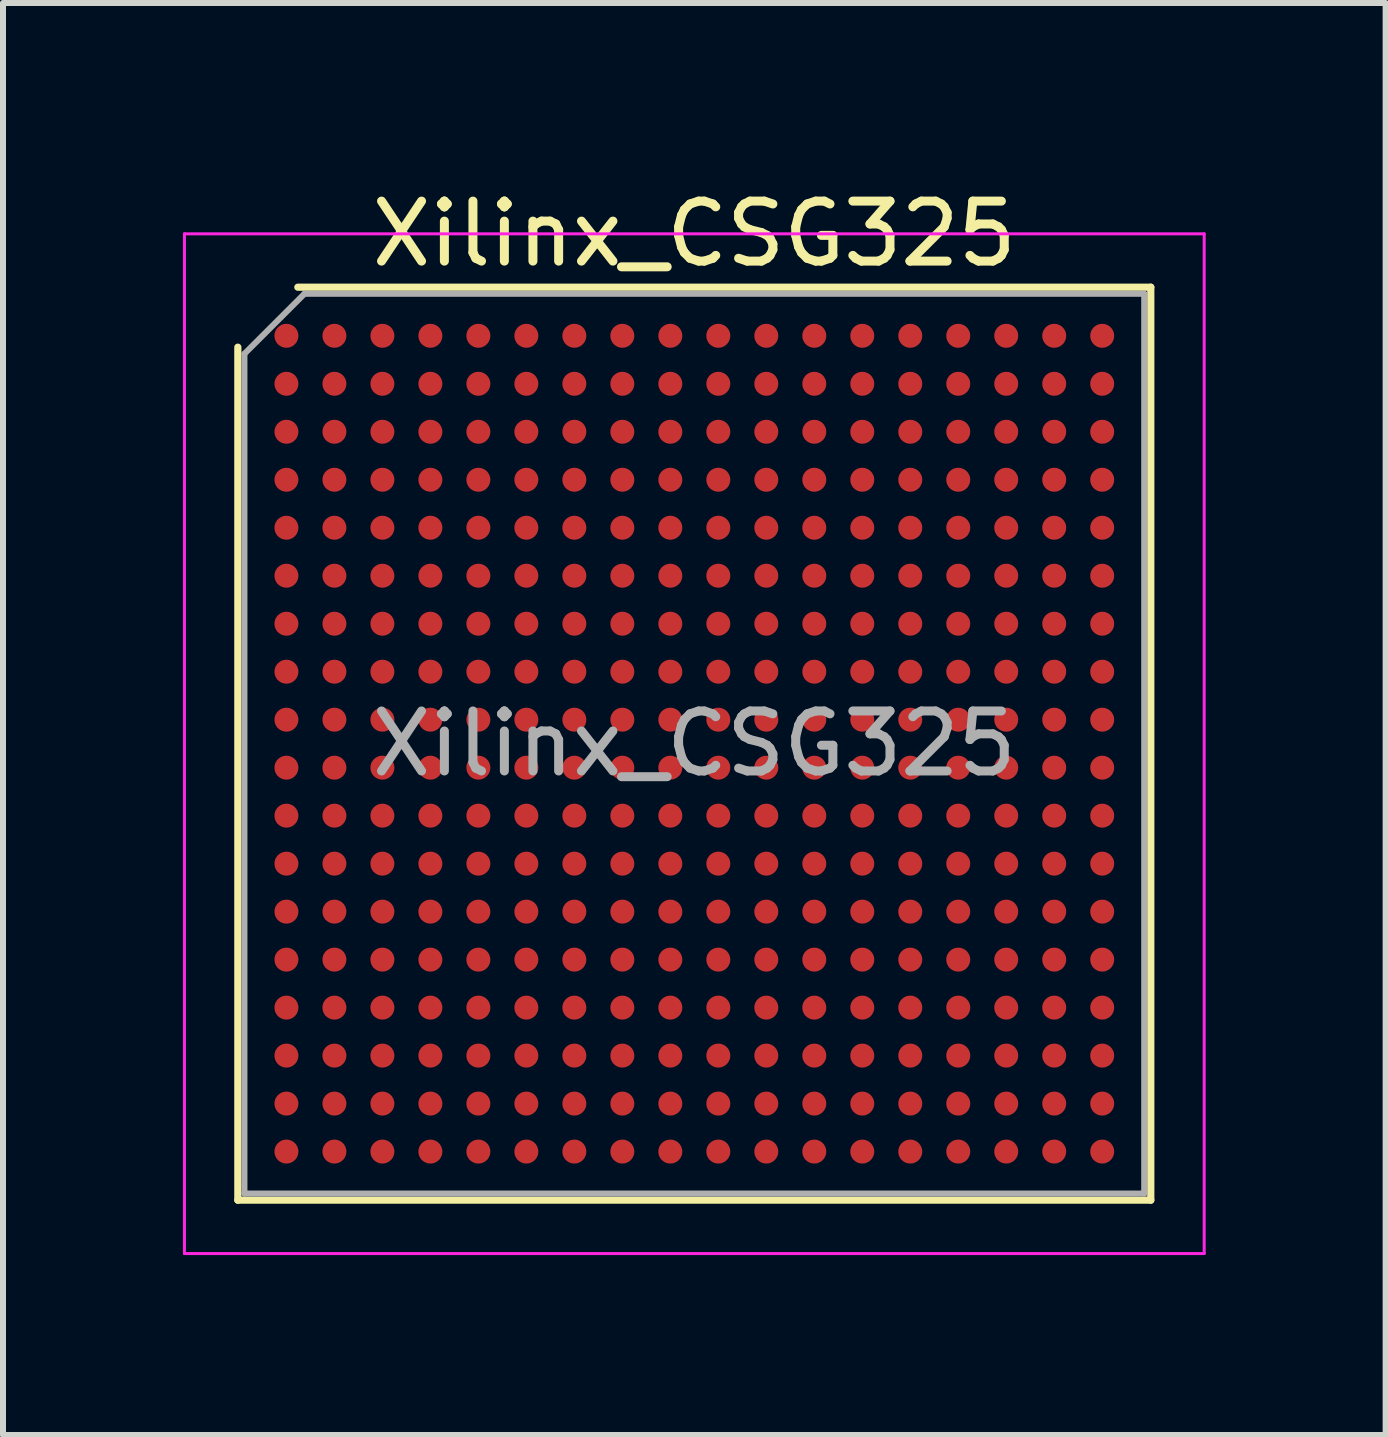
<source format=kicad_pcb>
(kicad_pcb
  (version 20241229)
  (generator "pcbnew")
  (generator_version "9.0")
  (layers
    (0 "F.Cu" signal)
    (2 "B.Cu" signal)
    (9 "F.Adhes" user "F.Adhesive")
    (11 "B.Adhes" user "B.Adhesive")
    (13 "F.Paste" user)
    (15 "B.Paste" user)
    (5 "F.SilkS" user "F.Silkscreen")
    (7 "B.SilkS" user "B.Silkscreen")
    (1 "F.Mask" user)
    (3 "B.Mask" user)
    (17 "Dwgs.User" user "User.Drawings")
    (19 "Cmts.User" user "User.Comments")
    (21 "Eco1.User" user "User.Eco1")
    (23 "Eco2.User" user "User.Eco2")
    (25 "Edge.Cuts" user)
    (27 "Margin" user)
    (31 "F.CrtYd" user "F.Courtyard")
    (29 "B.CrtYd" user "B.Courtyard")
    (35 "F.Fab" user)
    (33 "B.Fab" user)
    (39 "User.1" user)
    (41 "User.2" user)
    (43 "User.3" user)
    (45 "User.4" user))
  (footprint "Xilinx_CSG325"
    (layer "F.Cu")
    (at 8.525 9.348)
    (property "Reference" "Xilinx_CSG325" (at 0 -8.5 0) (layer "F.SilkS") (effects (font (size 1 1) (thickness 0.15))))
    (attr smd)
    (fp_line (start -7.61 7.61) (end -7.61 -6.61) (stroke (width 0.12) (type solid)) (layer "F.SilkS"))
    (fp_line (start -6.61 -7.61) (end 7.61 -7.61) (stroke (width 0.12) (type solid)) (layer "F.SilkS"))
    (fp_line (start 7.61 -7.61) (end 7.61 7.61) (stroke (width 0.12) (type solid)) (layer "F.SilkS"))
    (fp_line (start 7.61 7.61) (end -7.61 7.61) (stroke (width 0.12) (type solid)) (layer "F.SilkS"))
    (fp_line (start -8.5 -8.5) (end -8.5 8.5) (stroke (width 0.05) (type solid)) (layer "F.CrtYd"))
    (fp_line (start -8.5 8.5) (end 8.5 8.5) (stroke (width 0.05) (type solid)) (layer "F.CrtYd"))
    (fp_line (start 8.5 -8.5) (end -8.5 -8.5) (stroke (width 0.05) (type solid)) (layer "F.CrtYd"))
    (fp_line (start 8.5 8.5) (end 8.5 -8.5) (stroke (width 0.05) (type solid)) (layer "F.CrtYd"))
    (fp_line (start -7.5 -6.5) (end -6.5 -7.5) (stroke (width 0.1) (type solid)) (layer "F.Fab"))
    (fp_line (start -7.5 7.5) (end -7.5 -6.5) (stroke (width 0.1) (type solid)) (layer "F.Fab"))
    (fp_line (start -6.5 -7.5) (end 7.5 -7.5) (stroke (width 0.1) (type solid)) (layer "F.Fab"))
    (fp_line (start 7.5 -7.5) (end 7.5 7.5) (stroke (width 0.1) (type solid)) (layer "F.Fab"))
    (fp_line (start 7.5 7.5) (end -7.5 7.5) (stroke (width 0.1) (type solid)) (layer "F.Fab"))
    (fp_text user "${REFERENCE}" (at 0 0 0) (layer "F.Fab") (effects (font (size 1 1) (thickness 0.15))))
    (pad "A1" smd circle (at -6.8 -6.8) (size 0.4 0.4) (layers "F.Cu" "F.Mask" "F.Paste"))
    (pad "A2" smd circle (at -6 -6.8) (size 0.4 0.4) (layers "F.Cu" "F.Mask" "F.Paste"))
    (pad "A3" smd circle (at -5.2 -6.8) (size 0.4 0.4) (layers "F.Cu" "F.Mask" "F.Paste"))
    (pad "A4" smd circle (at -4.4 -6.8) (size 0.4 0.4) (layers "F.Cu" "F.Mask" "F.Paste"))
    (pad "A5" smd circle (at -3.6 -6.8) (size 0.4 0.4) (layers "F.Cu" "F.Mask" "F.Paste"))
    (pad "A6" smd circle (at -2.8 -6.8) (size 0.4 0.4) (layers "F.Cu" "F.Mask" "F.Paste"))
    (pad "A7" smd circle (at -2 -6.8) (size 0.4 0.4) (layers "F.Cu" "F.Mask" "F.Paste"))
    (pad "A8" smd circle (at -1.2 -6.8) (size 0.4 0.4) (layers "F.Cu" "F.Mask" "F.Paste"))
    (pad "A9" smd circle (at -0.4 -6.8) (size 0.4 0.4) (layers "F.Cu" "F.Mask" "F.Paste"))
    (pad "A10" smd circle (at 0.4 -6.8) (size 0.4 0.4) (layers "F.Cu" "F.Mask" "F.Paste"))
    (pad "A11" smd circle (at 1.2 -6.8) (size 0.4 0.4) (layers "F.Cu" "F.Mask" "F.Paste"))
    (pad "A12" smd circle (at 2 -6.8) (size 0.4 0.4) (layers "F.Cu" "F.Mask" "F.Paste"))
    (pad "A13" smd circle (at 2.8 -6.8) (size 0.4 0.4) (layers "F.Cu" "F.Mask" "F.Paste"))
    (pad "A14" smd circle (at 3.6 -6.8) (size 0.4 0.4) (layers "F.Cu" "F.Mask" "F.Paste"))
    (pad "A15" smd circle (at 4.4 -6.8) (size 0.4 0.4) (layers "F.Cu" "F.Mask" "F.Paste"))
    (pad "A16" smd circle (at 5.2 -6.8) (size 0.4 0.4) (layers "F.Cu" "F.Mask" "F.Paste"))
    (pad "A17" smd circle (at 6 -6.8) (size 0.4 0.4) (layers "F.Cu" "F.Mask" "F.Paste"))
    (pad "A18" smd circle (at 6.8 -6.8) (size 0.4 0.4) (layers "F.Cu" "F.Mask" "F.Paste"))
    (pad "B1" smd circle (at -6.8 -6) (size 0.4 0.4) (layers "F.Cu" "F.Mask" "F.Paste"))
    (pad "B2" smd circle (at -6 -6) (size 0.4 0.4) (layers "F.Cu" "F.Mask" "F.Paste"))
    (pad "B3" smd circle (at -5.2 -6) (size 0.4 0.4) (layers "F.Cu" "F.Mask" "F.Paste"))
    (pad "B4" smd circle (at -4.4 -6) (size 0.4 0.4) (layers "F.Cu" "F.Mask" "F.Paste"))
    (pad "B5" smd circle (at -3.6 -6) (size 0.4 0.4) (layers "F.Cu" "F.Mask" "F.Paste"))
    (pad "B6" smd circle (at -2.8 -6) (size 0.4 0.4) (layers "F.Cu" "F.Mask" "F.Paste"))
    (pad "B7" smd circle (at -2 -6) (size 0.4 0.4) (layers "F.Cu" "F.Mask" "F.Paste"))
    (pad "B8" smd circle (at -1.2 -6) (size 0.4 0.4) (layers "F.Cu" "F.Mask" "F.Paste"))
    (pad "B9" smd circle (at -0.4 -6) (size 0.4 0.4) (layers "F.Cu" "F.Mask" "F.Paste"))
    (pad "B10" smd circle (at 0.4 -6) (size 0.4 0.4) (layers "F.Cu" "F.Mask" "F.Paste"))
    (pad "B11" smd circle (at 1.2 -6) (size 0.4 0.4) (layers "F.Cu" "F.Mask" "F.Paste"))
    (pad "B12" smd circle (at 2 -6) (size 0.4 0.4) (layers "F.Cu" "F.Mask" "F.Paste"))
    (pad "B13" smd circle (at 2.8 -6) (size 0.4 0.4) (layers "F.Cu" "F.Mask" "F.Paste"))
    (pad "B14" smd circle (at 3.6 -6) (size 0.4 0.4) (layers "F.Cu" "F.Mask" "F.Paste"))
    (pad "B15" smd circle (at 4.4 -6) (size 0.4 0.4) (layers "F.Cu" "F.Mask" "F.Paste"))
    (pad "B16" smd circle (at 5.2 -6) (size 0.4 0.4) (layers "F.Cu" "F.Mask" "F.Paste"))
    (pad "B17" smd circle (at 6 -6) (size 0.4 0.4) (layers "F.Cu" "F.Mask" "F.Paste"))
    (pad "B18" smd circle (at 6.8 -6) (size 0.4 0.4) (layers "F.Cu" "F.Mask" "F.Paste"))
    (pad "C1" smd circle (at -6.8 -5.2) (size 0.4 0.4) (layers "F.Cu" "F.Mask" "F.Paste"))
    (pad "C2" smd circle (at -6 -5.2) (size 0.4 0.4) (layers "F.Cu" "F.Mask" "F.Paste"))
    (pad "C3" smd circle (at -5.2 -5.2) (size 0.4 0.4) (layers "F.Cu" "F.Mask" "F.Paste"))
    (pad "C4" smd circle (at -4.4 -5.2) (size 0.4 0.4) (layers "F.Cu" "F.Mask" "F.Paste"))
    (pad "C5" smd circle (at -3.6 -5.2) (size 0.4 0.4) (layers "F.Cu" "F.Mask" "F.Paste"))
    (pad "C6" smd circle (at -2.8 -5.2) (size 0.4 0.4) (layers "F.Cu" "F.Mask" "F.Paste"))
    (pad "C7" smd circle (at -2 -5.2) (size 0.4 0.4) (layers "F.Cu" "F.Mask" "F.Paste"))
    (pad "C8" smd circle (at -1.2 -5.2) (size 0.4 0.4) (layers "F.Cu" "F.Mask" "F.Paste"))
    (pad "C9" smd circle (at -0.4 -5.2) (size 0.4 0.4) (layers "F.Cu" "F.Mask" "F.Paste"))
    (pad "C10" smd circle (at 0.4 -5.2) (size 0.4 0.4) (layers "F.Cu" "F.Mask" "F.Paste"))
    (pad "C11" smd circle (at 1.2 -5.2) (size 0.4 0.4) (layers "F.Cu" "F.Mask" "F.Paste"))
    (pad "C12" smd circle (at 2 -5.2) (size 0.4 0.4) (layers "F.Cu" "F.Mask" "F.Paste"))
    (pad "C13" smd circle (at 2.8 -5.2) (size 0.4 0.4) (layers "F.Cu" "F.Mask" "F.Paste"))
    (pad "C14" smd circle (at 3.6 -5.2) (size 0.4 0.4) (layers "F.Cu" "F.Mask" "F.Paste"))
    (pad "C15" smd circle (at 4.4 -5.2) (size 0.4 0.4) (layers "F.Cu" "F.Mask" "F.Paste"))
    (pad "C16" smd circle (at 5.2 -5.2) (size 0.4 0.4) (layers "F.Cu" "F.Mask" "F.Paste"))
    (pad "C17" smd circle (at 6 -5.2) (size 0.4 0.4) (layers "F.Cu" "F.Mask" "F.Paste"))
    (pad "C18" smd circle (at 6.8 -5.2) (size 0.4 0.4) (layers "F.Cu" "F.Mask" "F.Paste"))
    (pad "D1" smd circle (at -6.8 -4.4) (size 0.4 0.4) (layers "F.Cu" "F.Mask" "F.Paste"))
    (pad "D2" smd circle (at -6 -4.4) (size 0.4 0.4) (layers "F.Cu" "F.Mask" "F.Paste"))
    (pad "D3" smd circle (at -5.2 -4.4) (size 0.4 0.4) (layers "F.Cu" "F.Mask" "F.Paste"))
    (pad "D4" smd circle (at -4.4 -4.4) (size 0.4 0.4) (layers "F.Cu" "F.Mask" "F.Paste"))
    (pad "D5" smd circle (at -3.6 -4.4) (size 0.4 0.4) (layers "F.Cu" "F.Mask" "F.Paste"))
    (pad "D6" smd circle (at -2.8 -4.4) (size 0.4 0.4) (layers "F.Cu" "F.Mask" "F.Paste"))
    (pad "D7" smd circle (at -2 -4.4) (size 0.4 0.4) (layers "F.Cu" "F.Mask" "F.Paste"))
    (pad "D8" smd circle (at -1.2 -4.4) (size 0.4 0.4) (layers "F.Cu" "F.Mask" "F.Paste"))
    (pad "D9" smd circle (at -0.4 -4.4) (size 0.4 0.4) (layers "F.Cu" "F.Mask" "F.Paste"))
    (pad "D10" smd circle (at 0.4 -4.4) (size 0.4 0.4) (layers "F.Cu" "F.Mask" "F.Paste"))
    (pad "D11" smd circle (at 1.2 -4.4) (size 0.4 0.4) (layers "F.Cu" "F.Mask" "F.Paste"))
    (pad "D12" smd circle (at 2 -4.4) (size 0.4 0.4) (layers "F.Cu" "F.Mask" "F.Paste"))
    (pad "D13" smd circle (at 2.8 -4.4) (size 0.4 0.4) (layers "F.Cu" "F.Mask" "F.Paste"))
    (pad "D14" smd circle (at 3.6 -4.4) (size 0.4 0.4) (layers "F.Cu" "F.Mask" "F.Paste"))
    (pad "D15" smd circle (at 4.4 -4.4) (size 0.4 0.4) (layers "F.Cu" "F.Mask" "F.Paste"))
    (pad "D16" smd circle (at 5.2 -4.4) (size 0.4 0.4) (layers "F.Cu" "F.Mask" "F.Paste"))
    (pad "D17" smd circle (at 6 -4.4) (size 0.4 0.4) (layers "F.Cu" "F.Mask" "F.Paste"))
    (pad "D18" smd circle (at 6.8 -4.4) (size 0.4 0.4) (layers "F.Cu" "F.Mask" "F.Paste"))
    (pad "E1" smd circle (at -6.8 -3.6) (size 0.4 0.4) (layers "F.Cu" "F.Mask" "F.Paste"))
    (pad "E2" smd circle (at -6 -3.6) (size 0.4 0.4) (layers "F.Cu" "F.Mask" "F.Paste"))
    (pad "E3" smd circle (at -5.2 -3.6) (size 0.4 0.4) (layers "F.Cu" "F.Mask" "F.Paste"))
    (pad "E4" smd circle (at -4.4 -3.6) (size 0.4 0.4) (layers "F.Cu" "F.Mask" "F.Paste"))
    (pad "E5" smd circle (at -3.6 -3.6) (size 0.4 0.4) (layers "F.Cu" "F.Mask" "F.Paste"))
    (pad "E6" smd circle (at -2.8 -3.6) (size 0.4 0.4) (layers "F.Cu" "F.Mask" "F.Paste"))
    (pad "E7" smd circle (at -2 -3.6) (size 0.4 0.4) (layers "F.Cu" "F.Mask" "F.Paste"))
    (pad "E8" smd circle (at -1.2 -3.6) (size 0.4 0.4) (layers "F.Cu" "F.Mask" "F.Paste"))
    (pad "E9" smd circle (at -0.4 -3.6) (size 0.4 0.4) (layers "F.Cu" "F.Mask" "F.Paste"))
    (pad "E10" smd circle (at 0.4 -3.6) (size 0.4 0.4) (layers "F.Cu" "F.Mask" "F.Paste"))
    (pad "E11" smd circle (at 1.2 -3.6) (size 0.4 0.4) (layers "F.Cu" "F.Mask" "F.Paste"))
    (pad "E12" smd circle (at 2 -3.6) (size 0.4 0.4) (layers "F.Cu" "F.Mask" "F.Paste"))
    (pad "E13" smd circle (at 2.8 -3.6) (size 0.4 0.4) (layers "F.Cu" "F.Mask" "F.Paste"))
    (pad "E14" smd circle (at 3.6 -3.6) (size 0.4 0.4) (layers "F.Cu" "F.Mask" "F.Paste"))
    (pad "E15" smd circle (at 4.4 -3.6) (size 0.4 0.4) (layers "F.Cu" "F.Mask" "F.Paste"))
    (pad "E16" smd circle (at 5.2 -3.6) (size 0.4 0.4) (layers "F.Cu" "F.Mask" "F.Paste"))
    (pad "E17" smd circle (at 6 -3.6) (size 0.4 0.4) (layers "F.Cu" "F.Mask" "F.Paste"))
    (pad "E18" smd circle (at 6.8 -3.6) (size 0.4 0.4) (layers "F.Cu" "F.Mask" "F.Paste"))
    (pad "F1" smd circle (at -6.8 -2.8) (size 0.4 0.4) (layers "F.Cu" "F.Mask" "F.Paste"))
    (pad "F2" smd circle (at -6 -2.8) (size 0.4 0.4) (layers "F.Cu" "F.Mask" "F.Paste"))
    (pad "F3" smd circle (at -5.2 -2.8) (size 0.4 0.4) (layers "F.Cu" "F.Mask" "F.Paste"))
    (pad "F4" smd circle (at -4.4 -2.8) (size 0.4 0.4) (layers "F.Cu" "F.Mask" "F.Paste"))
    (pad "F5" smd circle (at -3.6 -2.8) (size 0.4 0.4) (layers "F.Cu" "F.Mask" "F.Paste"))
    (pad "F6" smd circle (at -2.8 -2.8) (size 0.4 0.4) (layers "F.Cu" "F.Mask" "F.Paste"))
    (pad "F7" smd circle (at -2 -2.8) (size 0.4 0.4) (layers "F.Cu" "F.Mask" "F.Paste"))
    (pad "F8" smd circle (at -1.2 -2.8) (size 0.4 0.4) (layers "F.Cu" "F.Mask" "F.Paste"))
    (pad "F9" smd circle (at -0.4 -2.8) (size 0.4 0.4) (layers "F.Cu" "F.Mask" "F.Paste"))
    (pad "F10" smd circle (at 0.4 -2.8) (size 0.4 0.4) (layers "F.Cu" "F.Mask" "F.Paste"))
    (pad "F11" smd circle (at 1.2 -2.8) (size 0.4 0.4) (layers "F.Cu" "F.Mask" "F.Paste"))
    (pad "F12" smd circle (at 2 -2.8) (size 0.4 0.4) (layers "F.Cu" "F.Mask" "F.Paste"))
    (pad "F13" smd circle (at 2.8 -2.8) (size 0.4 0.4) (layers "F.Cu" "F.Mask" "F.Paste"))
    (pad "F14" smd circle (at 3.6 -2.8) (size 0.4 0.4) (layers "F.Cu" "F.Mask" "F.Paste"))
    (pad "F15" smd circle (at 4.4 -2.8) (size 0.4 0.4) (layers "F.Cu" "F.Mask" "F.Paste"))
    (pad "F16" smd circle (at 5.2 -2.8) (size 0.4 0.4) (layers "F.Cu" "F.Mask" "F.Paste"))
    (pad "F17" smd circle (at 6 -2.8) (size 0.4 0.4) (layers "F.Cu" "F.Mask" "F.Paste"))
    (pad "F18" smd circle (at 6.8 -2.8) (size 0.4 0.4) (layers "F.Cu" "F.Mask" "F.Paste"))
    (pad "G1" smd circle (at -6.8 -2) (size 0.4 0.4) (layers "F.Cu" "F.Mask" "F.Paste"))
    (pad "G2" smd circle (at -6 -2) (size 0.4 0.4) (layers "F.Cu" "F.Mask" "F.Paste"))
    (pad "G3" smd circle (at -5.2 -2) (size 0.4 0.4) (layers "F.Cu" "F.Mask" "F.Paste"))
    (pad "G4" smd circle (at -4.4 -2) (size 0.4 0.4) (layers "F.Cu" "F.Mask" "F.Paste"))
    (pad "G5" smd circle (at -3.6 -2) (size 0.4 0.4) (layers "F.Cu" "F.Mask" "F.Paste"))
    (pad "G6" smd circle (at -2.8 -2) (size 0.4 0.4) (layers "F.Cu" "F.Mask" "F.Paste"))
    (pad "G7" smd circle (at -2 -2) (size 0.4 0.4) (layers "F.Cu" "F.Mask" "F.Paste"))
    (pad "G8" smd circle (at -1.2 -2) (size 0.4 0.4) (layers "F.Cu" "F.Mask" "F.Paste"))
    (pad "G9" smd circle (at -0.4 -2) (size 0.4 0.4) (layers "F.Cu" "F.Mask" "F.Paste"))
    (pad "G10" smd circle (at 0.4 -2) (size 0.4 0.4) (layers "F.Cu" "F.Mask" "F.Paste"))
    (pad "G11" smd circle (at 1.2 -2) (size 0.4 0.4) (layers "F.Cu" "F.Mask" "F.Paste"))
    (pad "G12" smd circle (at 2 -2) (size 0.4 0.4) (layers "F.Cu" "F.Mask" "F.Paste"))
    (pad "G13" smd circle (at 2.8 -2) (size 0.4 0.4) (layers "F.Cu" "F.Mask" "F.Paste"))
    (pad "G14" smd circle (at 3.6 -2) (size 0.4 0.4) (layers "F.Cu" "F.Mask" "F.Paste"))
    (pad "G15" smd circle (at 4.4 -2) (size 0.4 0.4) (layers "F.Cu" "F.Mask" "F.Paste"))
    (pad "G16" smd circle (at 5.2 -2) (size 0.4 0.4) (layers "F.Cu" "F.Mask" "F.Paste"))
    (pad "G17" smd circle (at 6 -2) (size 0.4 0.4) (layers "F.Cu" "F.Mask" "F.Paste"))
    (pad "G18" smd circle (at 6.8 -2) (size 0.4 0.4) (layers "F.Cu" "F.Mask" "F.Paste"))
    (pad "H1" smd circle (at -6.8 -1.2) (size 0.4 0.4) (layers "F.Cu" "F.Mask" "F.Paste"))
    (pad "H2" smd circle (at -6 -1.2) (size 0.4 0.4) (layers "F.Cu" "F.Mask" "F.Paste"))
    (pad "H3" smd circle (at -5.2 -1.2) (size 0.4 0.4) (layers "F.Cu" "F.Mask" "F.Paste"))
    (pad "H4" smd circle (at -4.4 -1.2) (size 0.4 0.4) (layers "F.Cu" "F.Mask" "F.Paste"))
    (pad "H5" smd circle (at -3.6 -1.2) (size 0.4 0.4) (layers "F.Cu" "F.Mask" "F.Paste"))
    (pad "H6" smd circle (at -2.8 -1.2) (size 0.4 0.4) (layers "F.Cu" "F.Mask" "F.Paste"))
    (pad "H7" smd circle (at -2 -1.2) (size 0.4 0.4) (layers "F.Cu" "F.Mask" "F.Paste"))
    (pad "H8" smd circle (at -1.2 -1.2) (size 0.4 0.4) (layers "F.Cu" "F.Mask" "F.Paste"))
    (pad "H9" smd circle (at -0.4 -1.2) (size 0.4 0.4) (layers "F.Cu" "F.Mask" "F.Paste"))
    (pad "H10" smd circle (at 0.4 -1.2) (size 0.4 0.4) (layers "F.Cu" "F.Mask" "F.Paste"))
    (pad "H11" smd circle (at 1.2 -1.2) (size 0.4 0.4) (layers "F.Cu" "F.Mask" "F.Paste"))
    (pad "H12" smd circle (at 2 -1.2) (size 0.4 0.4) (layers "F.Cu" "F.Mask" "F.Paste"))
    (pad "H13" smd circle (at 2.8 -1.2) (size 0.4 0.4) (layers "F.Cu" "F.Mask" "F.Paste"))
    (pad "H14" smd circle (at 3.6 -1.2) (size 0.4 0.4) (layers "F.Cu" "F.Mask" "F.Paste"))
    (pad "H15" smd circle (at 4.4 -1.2) (size 0.4 0.4) (layers "F.Cu" "F.Mask" "F.Paste"))
    (pad "H16" smd circle (at 5.2 -1.2) (size 0.4 0.4) (layers "F.Cu" "F.Mask" "F.Paste"))
    (pad "H17" smd circle (at 6 -1.2) (size 0.4 0.4) (layers "F.Cu" "F.Mask" "F.Paste"))
    (pad "H18" smd circle (at 6.8 -1.2) (size 0.4 0.4) (layers "F.Cu" "F.Mask" "F.Paste"))
    (pad "J1" smd circle (at -6.8 -0.4) (size 0.4 0.4) (layers "F.Cu" "F.Mask" "F.Paste"))
    (pad "J2" smd circle (at -6 -0.4) (size 0.4 0.4) (layers "F.Cu" "F.Mask" "F.Paste"))
    (pad "J3" smd circle (at -5.2 -0.4) (size 0.4 0.4) (layers "F.Cu" "F.Mask" "F.Paste"))
    (pad "J4" smd circle (at -4.4 -0.4) (size 0.4 0.4) (layers "F.Cu" "F.Mask" "F.Paste"))
    (pad "J5" smd circle (at -3.6 -0.4) (size 0.4 0.4) (layers "F.Cu" "F.Mask" "F.Paste"))
    (pad "J6" smd circle (at -2.8 -0.4) (size 0.4 0.4) (layers "F.Cu" "F.Mask" "F.Paste"))
    (pad "J7" smd circle (at -2 -0.4) (size 0.4 0.4) (layers "F.Cu" "F.Mask" "F.Paste"))
    (pad "J8" smd circle (at -1.2 -0.4) (size 0.4 0.4) (layers "F.Cu" "F.Mask" "F.Paste"))
    (pad "J9" smd circle (at -0.4 -0.4) (size 0.4 0.4) (layers "F.Cu" "F.Mask" "F.Paste"))
    (pad "J10" smd circle (at 0.4 -0.4) (size 0.4 0.4) (layers "F.Cu" "F.Mask" "F.Paste"))
    (pad "J11" smd circle (at 1.2 -0.4) (size 0.4 0.4) (layers "F.Cu" "F.Mask" "F.Paste"))
    (pad "J12" smd circle (at 2 -0.4) (size 0.4 0.4) (layers "F.Cu" "F.Mask" "F.Paste"))
    (pad "J13" smd circle (at 2.8 -0.4) (size 0.4 0.4) (layers "F.Cu" "F.Mask" "F.Paste"))
    (pad "J14" smd circle (at 3.6 -0.4) (size 0.4 0.4) (layers "F.Cu" "F.Mask" "F.Paste"))
    (pad "J15" smd circle (at 4.4 -0.4) (size 0.4 0.4) (layers "F.Cu" "F.Mask" "F.Paste"))
    (pad "J16" smd circle (at 5.2 -0.4) (size 0.4 0.4) (layers "F.Cu" "F.Mask" "F.Paste"))
    (pad "J17" smd circle (at 6 -0.4) (size 0.4 0.4) (layers "F.Cu" "F.Mask" "F.Paste"))
    (pad "J18" smd circle (at 6.8 -0.4) (size 0.4 0.4) (layers "F.Cu" "F.Mask" "F.Paste"))
    (pad "K1" smd circle (at -6.8 0.4) (size 0.4 0.4) (layers "F.Cu" "F.Mask" "F.Paste"))
    (pad "K2" smd circle (at -6 0.4) (size 0.4 0.4) (layers "F.Cu" "F.Mask" "F.Paste"))
    (pad "K3" smd circle (at -5.2 0.4) (size 0.4 0.4) (layers "F.Cu" "F.Mask" "F.Paste"))
    (pad "K4" smd circle (at -4.4 0.4) (size 0.4 0.4) (layers "F.Cu" "F.Mask" "F.Paste"))
    (pad "K5" smd circle (at -3.6 0.4) (size 0.4 0.4) (layers "F.Cu" "F.Mask" "F.Paste"))
    (pad "K6" smd circle (at -2.8 0.4) (size 0.4 0.4) (layers "F.Cu" "F.Mask" "F.Paste"))
    (pad "K7" smd circle (at -2 0.4) (size 0.4 0.4) (layers "F.Cu" "F.Mask" "F.Paste"))
    (pad "K8" smd circle (at -1.2 0.4) (size 0.4 0.4) (layers "F.Cu" "F.Mask" "F.Paste"))
    (pad "K9" smd circle (at -0.4 0.4) (size 0.4 0.4) (layers "F.Cu" "F.Mask" "F.Paste"))
    (pad "K10" smd circle (at 0.4 0.4) (size 0.4 0.4) (layers "F.Cu" "F.Mask" "F.Paste"))
    (pad "K11" smd circle (at 1.2 0.4) (size 0.4 0.4) (layers "F.Cu" "F.Mask" "F.Paste"))
    (pad "K12" smd circle (at 2 0.4) (size 0.4 0.4) (layers "F.Cu" "F.Mask" "F.Paste"))
    (pad "K13" smd circle (at 2.8 0.4) (size 0.4 0.4) (layers "F.Cu" "F.Mask" "F.Paste"))
    (pad "K14" smd circle (at 3.6 0.4) (size 0.4 0.4) (layers "F.Cu" "F.Mask" "F.Paste"))
    (pad "K15" smd circle (at 4.4 0.4) (size 0.4 0.4) (layers "F.Cu" "F.Mask" "F.Paste"))
    (pad "K16" smd circle (at 5.2 0.4) (size 0.4 0.4) (layers "F.Cu" "F.Mask" "F.Paste"))
    (pad "K17" smd circle (at 6 0.4) (size 0.4 0.4) (layers "F.Cu" "F.Mask" "F.Paste"))
    (pad "K18" smd circle (at 6.8 0.4) (size 0.4 0.4) (layers "F.Cu" "F.Mask" "F.Paste"))
    (pad "L1" smd circle (at -6.8 1.2) (size 0.4 0.4) (layers "F.Cu" "F.Mask" "F.Paste"))
    (pad "L2" smd circle (at -6 1.2) (size 0.4 0.4) (layers "F.Cu" "F.Mask" "F.Paste"))
    (pad "L3" smd circle (at -5.2 1.2) (size 0.4 0.4) (layers "F.Cu" "F.Mask" "F.Paste"))
    (pad "L4" smd circle (at -4.4 1.2) (size 0.4 0.4) (layers "F.Cu" "F.Mask" "F.Paste"))
    (pad "L5" smd circle (at -3.6 1.2) (size 0.4 0.4) (layers "F.Cu" "F.Mask" "F.Paste"))
    (pad "L6" smd circle (at -2.8 1.2) (size 0.4 0.4) (layers "F.Cu" "F.Mask" "F.Paste"))
    (pad "L7" smd circle (at -2 1.2) (size 0.4 0.4) (layers "F.Cu" "F.Mask" "F.Paste"))
    (pad "L8" smd circle (at -1.2 1.2) (size 0.4 0.4) (layers "F.Cu" "F.Mask" "F.Paste"))
    (pad "L9" smd circle (at -0.4 1.2) (size 0.4 0.4) (layers "F.Cu" "F.Mask" "F.Paste"))
    (pad "L10" smd circle (at 0.4 1.2) (size 0.4 0.4) (layers "F.Cu" "F.Mask" "F.Paste"))
    (pad "L11" smd circle (at 1.2 1.2) (size 0.4 0.4) (layers "F.Cu" "F.Mask" "F.Paste"))
    (pad "L12" smd circle (at 2 1.2) (size 0.4 0.4) (layers "F.Cu" "F.Mask" "F.Paste"))
    (pad "L13" smd circle (at 2.8 1.2) (size 0.4 0.4) (layers "F.Cu" "F.Mask" "F.Paste"))
    (pad "L14" smd circle (at 3.6 1.2) (size 0.4 0.4) (layers "F.Cu" "F.Mask" "F.Paste"))
    (pad "L15" smd circle (at 4.4 1.2) (size 0.4 0.4) (layers "F.Cu" "F.Mask" "F.Paste"))
    (pad "L16" smd circle (at 5.2 1.2) (size 0.4 0.4) (layers "F.Cu" "F.Mask" "F.Paste"))
    (pad "L17" smd circle (at 6 1.2) (size 0.4 0.4) (layers "F.Cu" "F.Mask" "F.Paste"))
    (pad "L18" smd circle (at 6.8 1.2) (size 0.4 0.4) (layers "F.Cu" "F.Mask" "F.Paste"))
    (pad "M1" smd circle (at -6.8 2) (size 0.4 0.4) (layers "F.Cu" "F.Mask" "F.Paste"))
    (pad "M2" smd circle (at -6 2) (size 0.4 0.4) (layers "F.Cu" "F.Mask" "F.Paste"))
    (pad "M3" smd circle (at -5.2 2) (size 0.4 0.4) (layers "F.Cu" "F.Mask" "F.Paste"))
    (pad "M4" smd circle (at -4.4 2) (size 0.4 0.4) (layers "F.Cu" "F.Mask" "F.Paste"))
    (pad "M5" smd circle (at -3.6 2) (size 0.4 0.4) (layers "F.Cu" "F.Mask" "F.Paste"))
    (pad "M6" smd circle (at -2.8 2) (size 0.4 0.4) (layers "F.Cu" "F.Mask" "F.Paste"))
    (pad "M7" smd circle (at -2 2) (size 0.4 0.4) (layers "F.Cu" "F.Mask" "F.Paste"))
    (pad "M8" smd circle (at -1.2 2) (size 0.4 0.4) (layers "F.Cu" "F.Mask" "F.Paste"))
    (pad "M9" smd circle (at -0.4 2) (size 0.4 0.4) (layers "F.Cu" "F.Mask" "F.Paste"))
    (pad "M10" smd circle (at 0.4 2) (size 0.4 0.4) (layers "F.Cu" "F.Mask" "F.Paste"))
    (pad "M11" smd circle (at 1.2 2) (size 0.4 0.4) (layers "F.Cu" "F.Mask" "F.Paste"))
    (pad "M12" smd circle (at 2 2) (size 0.4 0.4) (layers "F.Cu" "F.Mask" "F.Paste"))
    (pad "M13" smd circle (at 2.8 2) (size 0.4 0.4) (layers "F.Cu" "F.Mask" "F.Paste"))
    (pad "M14" smd circle (at 3.6 2) (size 0.4 0.4) (layers "F.Cu" "F.Mask" "F.Paste"))
    (pad "M15" smd circle (at 4.4 2) (size 0.4 0.4) (layers "F.Cu" "F.Mask" "F.Paste"))
    (pad "M16" smd circle (at 5.2 2) (size 0.4 0.4) (layers "F.Cu" "F.Mask" "F.Paste"))
    (pad "M17" smd circle (at 6 2) (size 0.4 0.4) (layers "F.Cu" "F.Mask" "F.Paste"))
    (pad "M18" smd circle (at 6.8 2) (size 0.4 0.4) (layers "F.Cu" "F.Mask" "F.Paste"))
    (pad "N1" smd circle (at -6.8 2.8) (size 0.4 0.4) (layers "F.Cu" "F.Mask" "F.Paste"))
    (pad "N2" smd circle (at -6 2.8) (size 0.4 0.4) (layers "F.Cu" "F.Mask" "F.Paste"))
    (pad "N3" smd circle (at -5.2 2.8) (size 0.4 0.4) (layers "F.Cu" "F.Mask" "F.Paste"))
    (pad "N4" smd circle (at -4.4 2.8) (size 0.4 0.4) (layers "F.Cu" "F.Mask" "F.Paste"))
    (pad "N5" smd circle (at -3.6 2.8) (size 0.4 0.4) (layers "F.Cu" "F.Mask" "F.Paste"))
    (pad "N6" smd circle (at -2.8 2.8) (size 0.4 0.4) (layers "F.Cu" "F.Mask" "F.Paste"))
    (pad "N7" smd circle (at -2 2.8) (size 0.4 0.4) (layers "F.Cu" "F.Mask" "F.Paste"))
    (pad "N8" smd circle (at -1.2 2.8) (size 0.4 0.4) (layers "F.Cu" "F.Mask" "F.Paste"))
    (pad "N9" smd circle (at -0.4 2.8) (size 0.4 0.4) (layers "F.Cu" "F.Mask" "F.Paste"))
    (pad "N10" smd circle (at 0.4 2.8) (size 0.4 0.4) (layers "F.Cu" "F.Mask" "F.Paste"))
    (pad "N11" smd circle (at 1.2 2.8) (size 0.4 0.4) (layers "F.Cu" "F.Mask" "F.Paste"))
    (pad "N12" smd circle (at 2 2.8) (size 0.4 0.4) (layers "F.Cu" "F.Mask" "F.Paste"))
    (pad "N13" smd circle (at 2.8 2.8) (size 0.4 0.4) (layers "F.Cu" "F.Mask" "F.Paste"))
    (pad "N14" smd circle (at 3.6 2.8) (size 0.4 0.4) (layers "F.Cu" "F.Mask" "F.Paste"))
    (pad "N15" smd circle (at 4.4 2.8) (size 0.4 0.4) (layers "F.Cu" "F.Mask" "F.Paste"))
    (pad "N16" smd circle (at 5.2 2.8) (size 0.4 0.4) (layers "F.Cu" "F.Mask" "F.Paste"))
    (pad "N17" smd circle (at 6 2.8) (size 0.4 0.4) (layers "F.Cu" "F.Mask" "F.Paste"))
    (pad "N18" smd circle (at 6.8 2.8) (size 0.4 0.4) (layers "F.Cu" "F.Mask" "F.Paste"))
    (pad "P1" smd circle (at -6.8 3.6) (size 0.4 0.4) (layers "F.Cu" "F.Mask" "F.Paste"))
    (pad "P2" smd circle (at -6 3.6) (size 0.4 0.4) (layers "F.Cu" "F.Mask" "F.Paste"))
    (pad "P3" smd circle (at -5.2 3.6) (size 0.4 0.4) (layers "F.Cu" "F.Mask" "F.Paste"))
    (pad "P4" smd circle (at -4.4 3.6) (size 0.4 0.4) (layers "F.Cu" "F.Mask" "F.Paste"))
    (pad "P5" smd circle (at -3.6 3.6) (size 0.4 0.4) (layers "F.Cu" "F.Mask" "F.Paste"))
    (pad "P6" smd circle (at -2.8 3.6) (size 0.4 0.4) (layers "F.Cu" "F.Mask" "F.Paste"))
    (pad "P7" smd circle (at -2 3.6) (size 0.4 0.4) (layers "F.Cu" "F.Mask" "F.Paste"))
    (pad "P8" smd circle (at -1.2 3.6) (size 0.4 0.4) (layers "F.Cu" "F.Mask" "F.Paste"))
    (pad "P9" smd circle (at -0.4 3.6) (size 0.4 0.4) (layers "F.Cu" "F.Mask" "F.Paste"))
    (pad "P10" smd circle (at 0.4 3.6) (size 0.4 0.4) (layers "F.Cu" "F.Mask" "F.Paste"))
    (pad "P11" smd circle (at 1.2 3.6) (size 0.4 0.4) (layers "F.Cu" "F.Mask" "F.Paste"))
    (pad "P12" smd circle (at 2 3.6) (size 0.4 0.4) (layers "F.Cu" "F.Mask" "F.Paste"))
    (pad "P13" smd circle (at 2.8 3.6) (size 0.4 0.4) (layers "F.Cu" "F.Mask" "F.Paste"))
    (pad "P14" smd circle (at 3.6 3.6) (size 0.4 0.4) (layers "F.Cu" "F.Mask" "F.Paste"))
    (pad "P15" smd circle (at 4.4 3.6) (size 0.4 0.4) (layers "F.Cu" "F.Mask" "F.Paste"))
    (pad "P16" smd circle (at 5.2 3.6) (size 0.4 0.4) (layers "F.Cu" "F.Mask" "F.Paste"))
    (pad "P17" smd circle (at 6 3.6) (size 0.4 0.4) (layers "F.Cu" "F.Mask" "F.Paste"))
    (pad "P18" smd circle (at 6.8 3.6) (size 0.4 0.4) (layers "F.Cu" "F.Mask" "F.Paste"))
    (pad "R1" smd circle (at -6.8 4.4) (size 0.4 0.4) (layers "F.Cu" "F.Mask" "F.Paste"))
    (pad "R2" smd circle (at -6 4.4) (size 0.4 0.4) (layers "F.Cu" "F.Mask" "F.Paste"))
    (pad "R3" smd circle (at -5.2 4.4) (size 0.4 0.4) (layers "F.Cu" "F.Mask" "F.Paste"))
    (pad "R4" smd circle (at -4.4 4.4) (size 0.4 0.4) (layers "F.Cu" "F.Mask" "F.Paste"))
    (pad "R5" smd circle (at -3.6 4.4) (size 0.4 0.4) (layers "F.Cu" "F.Mask" "F.Paste"))
    (pad "R6" smd circle (at -2.8 4.4) (size 0.4 0.4) (layers "F.Cu" "F.Mask" "F.Paste"))
    (pad "R7" smd circle (at -2 4.4) (size 0.4 0.4) (layers "F.Cu" "F.Mask" "F.Paste"))
    (pad "R8" smd circle (at -1.2 4.4) (size 0.4 0.4) (layers "F.Cu" "F.Mask" "F.Paste"))
    (pad "R9" smd circle (at -0.4 4.4) (size 0.4 0.4) (layers "F.Cu" "F.Mask" "F.Paste"))
    (pad "R10" smd circle (at 0.4 4.4) (size 0.4 0.4) (layers "F.Cu" "F.Mask" "F.Paste"))
    (pad "R11" smd circle (at 1.2 4.4) (size 0.4 0.4) (layers "F.Cu" "F.Mask" "F.Paste"))
    (pad "R12" smd circle (at 2 4.4) (size 0.4 0.4) (layers "F.Cu" "F.Mask" "F.Paste"))
    (pad "R13" smd circle (at 2.8 4.4) (size 0.4 0.4) (layers "F.Cu" "F.Mask" "F.Paste"))
    (pad "R14" smd circle (at 3.6 4.4) (size 0.4 0.4) (layers "F.Cu" "F.Mask" "F.Paste"))
    (pad "R15" smd circle (at 4.4 4.4) (size 0.4 0.4) (layers "F.Cu" "F.Mask" "F.Paste"))
    (pad "R16" smd circle (at 5.2 4.4) (size 0.4 0.4) (layers "F.Cu" "F.Mask" "F.Paste"))
    (pad "R17" smd circle (at 6 4.4) (size 0.4 0.4) (layers "F.Cu" "F.Mask" "F.Paste"))
    (pad "R18" smd circle (at 6.8 4.4) (size 0.4 0.4) (layers "F.Cu" "F.Mask" "F.Paste"))
    (pad "T1" smd circle (at -6.8 5.2) (size 0.4 0.4) (layers "F.Cu" "F.Mask" "F.Paste"))
    (pad "T2" smd circle (at -6 5.2) (size 0.4 0.4) (layers "F.Cu" "F.Mask" "F.Paste"))
    (pad "T3" smd circle (at -5.2 5.2) (size 0.4 0.4) (layers "F.Cu" "F.Mask" "F.Paste"))
    (pad "T4" smd circle (at -4.4 5.2) (size 0.4 0.4) (layers "F.Cu" "F.Mask" "F.Paste"))
    (pad "T5" smd circle (at -3.6 5.2) (size 0.4 0.4) (layers "F.Cu" "F.Mask" "F.Paste"))
    (pad "T6" smd circle (at -2.8 5.2) (size 0.4 0.4) (layers "F.Cu" "F.Mask" "F.Paste"))
    (pad "T7" smd circle (at -2 5.2) (size 0.4 0.4) (layers "F.Cu" "F.Mask" "F.Paste"))
    (pad "T8" smd circle (at -1.2 5.2) (size 0.4 0.4) (layers "F.Cu" "F.Mask" "F.Paste"))
    (pad "T9" smd circle (at -0.4 5.2) (size 0.4 0.4) (layers "F.Cu" "F.Mask" "F.Paste"))
    (pad "T10" smd circle (at 0.4 5.2) (size 0.4 0.4) (layers "F.Cu" "F.Mask" "F.Paste"))
    (pad "T11" smd circle (at 1.2 5.2) (size 0.4 0.4) (layers "F.Cu" "F.Mask" "F.Paste"))
    (pad "T12" smd circle (at 2 5.2) (size 0.4 0.4) (layers "F.Cu" "F.Mask" "F.Paste"))
    (pad "T13" smd circle (at 2.8 5.2) (size 0.4 0.4) (layers "F.Cu" "F.Mask" "F.Paste"))
    (pad "T14" smd circle (at 3.6 5.2) (size 0.4 0.4) (layers "F.Cu" "F.Mask" "F.Paste"))
    (pad "T15" smd circle (at 4.4 5.2) (size 0.4 0.4) (layers "F.Cu" "F.Mask" "F.Paste"))
    (pad "T16" smd circle (at 5.2 5.2) (size 0.4 0.4) (layers "F.Cu" "F.Mask" "F.Paste"))
    (pad "T17" smd circle (at 6 5.2) (size 0.4 0.4) (layers "F.Cu" "F.Mask" "F.Paste"))
    (pad "T18" smd circle (at 6.8 5.2) (size 0.4 0.4) (layers "F.Cu" "F.Mask" "F.Paste"))
    (pad "U1" smd circle (at -6.8 6) (size 0.4 0.4) (layers "F.Cu" "F.Mask" "F.Paste"))
    (pad "U2" smd circle (at -6 6) (size 0.4 0.4) (layers "F.Cu" "F.Mask" "F.Paste"))
    (pad "U3" smd circle (at -5.2 6) (size 0.4 0.4) (layers "F.Cu" "F.Mask" "F.Paste"))
    (pad "U4" smd circle (at -4.4 6) (size 0.4 0.4) (layers "F.Cu" "F.Mask" "F.Paste"))
    (pad "U5" smd circle (at -3.6 6) (size 0.4 0.4) (layers "F.Cu" "F.Mask" "F.Paste"))
    (pad "U6" smd circle (at -2.8 6) (size 0.4 0.4) (layers "F.Cu" "F.Mask" "F.Paste"))
    (pad "U7" smd circle (at -2 6) (size 0.4 0.4) (layers "F.Cu" "F.Mask" "F.Paste"))
    (pad "U8" smd circle (at -1.2 6) (size 0.4 0.4) (layers "F.Cu" "F.Mask" "F.Paste"))
    (pad "U9" smd circle (at -0.4 6) (size 0.4 0.4) (layers "F.Cu" "F.Mask" "F.Paste"))
    (pad "U10" smd circle (at 0.4 6) (size 0.4 0.4) (layers "F.Cu" "F.Mask" "F.Paste"))
    (pad "U11" smd circle (at 1.2 6) (size 0.4 0.4) (layers "F.Cu" "F.Mask" "F.Paste"))
    (pad "U12" smd circle (at 2 6) (size 0.4 0.4) (layers "F.Cu" "F.Mask" "F.Paste"))
    (pad "U13" smd circle (at 2.8 6) (size 0.4 0.4) (layers "F.Cu" "F.Mask" "F.Paste"))
    (pad "U14" smd circle (at 3.6 6) (size 0.4 0.4) (layers "F.Cu" "F.Mask" "F.Paste"))
    (pad "U15" smd circle (at 4.4 6) (size 0.4 0.4) (layers "F.Cu" "F.Mask" "F.Paste"))
    (pad "U16" smd circle (at 5.2 6) (size 0.4 0.4) (layers "F.Cu" "F.Mask" "F.Paste"))
    (pad "U17" smd circle (at 6 6) (size 0.4 0.4) (layers "F.Cu" "F.Mask" "F.Paste"))
    (pad "U18" smd circle (at 6.8 6) (size 0.4 0.4) (layers "F.Cu" "F.Mask" "F.Paste"))
    (pad "V1" smd circle (at -6.8 6.8) (size 0.4 0.4) (layers "F.Cu" "F.Mask" "F.Paste"))
    (pad "V2" smd circle (at -6 6.8) (size 0.4 0.4) (layers "F.Cu" "F.Mask" "F.Paste"))
    (pad "V3" smd circle (at -5.2 6.8) (size 0.4 0.4) (layers "F.Cu" "F.Mask" "F.Paste"))
    (pad "V4" smd circle (at -4.4 6.8) (size 0.4 0.4) (layers "F.Cu" "F.Mask" "F.Paste"))
    (pad "V5" smd circle (at -3.6 6.8) (size 0.4 0.4) (layers "F.Cu" "F.Mask" "F.Paste"))
    (pad "V6" smd circle (at -2.8 6.8) (size 0.4 0.4) (layers "F.Cu" "F.Mask" "F.Paste"))
    (pad "V7" smd circle (at -2 6.8) (size 0.4 0.4) (layers "F.Cu" "F.Mask" "F.Paste"))
    (pad "V8" smd circle (at -1.2 6.8) (size 0.4 0.4) (layers "F.Cu" "F.Mask" "F.Paste"))
    (pad "V9" smd circle (at -0.4 6.8) (size 0.4 0.4) (layers "F.Cu" "F.Mask" "F.Paste"))
    (pad "V10" smd circle (at 0.4 6.8) (size 0.4 0.4) (layers "F.Cu" "F.Mask" "F.Paste"))
    (pad "V11" smd circle (at 1.2 6.8) (size 0.4 0.4) (layers "F.Cu" "F.Mask" "F.Paste"))
    (pad "V12" smd circle (at 2 6.8) (size 0.4 0.4) (layers "F.Cu" "F.Mask" "F.Paste"))
    (pad "V13" smd circle (at 2.8 6.8) (size 0.4 0.4) (layers "F.Cu" "F.Mask" "F.Paste"))
    (pad "V14" smd circle (at 3.6 6.8) (size 0.4 0.4) (layers "F.Cu" "F.Mask" "F.Paste"))
    (pad "V15" smd circle (at 4.4 6.8) (size 0.4 0.4) (layers "F.Cu" "F.Mask" "F.Paste"))
    (pad "V16" smd circle (at 5.2 6.8) (size 0.4 0.4) (layers "F.Cu" "F.Mask" "F.Paste"))
    (pad "V17" smd circle (at 6 6.8) (size 0.4 0.4) (layers "F.Cu" "F.Mask" "F.Paste"))
    (pad "V18" smd circle (at 6.8 6.8) (size 0.4 0.4) (layers "F.Cu" "F.Mask" "F.Paste")))
  (gr_rect
    (start -3 -3)
    (end 20.05 20.873)
    (stroke (width 0.1) (type default))
    (fill no)
    (layer "Edge.Cuts")))
</source>
